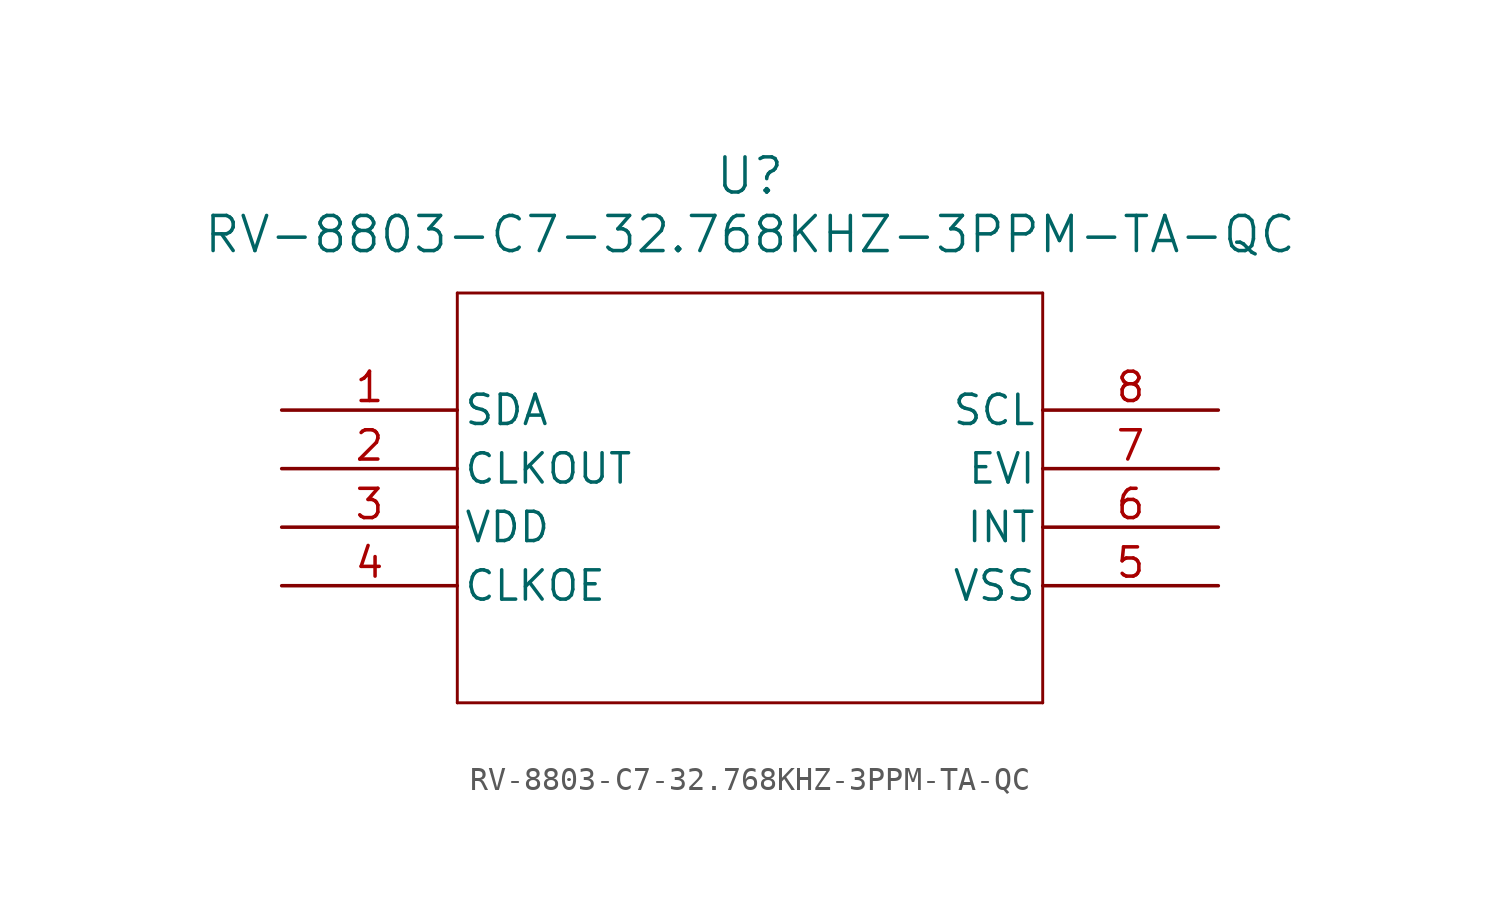
<source format=kicad_sym>
(kicad_symbol_lib
  (version 20211014)
  (generator kicad_symbol_editor)
  (symbol "RV-8803-C7-32.768KHZ-3PPM-TA-QC"
    (pin_names
      (offset 0.254))
    (property "Reference" "U"
      (at 20.32 10.16 0)
      (effects (font (size 1.524 1.524))))
    (property "Value" "RV-8803-C7-32.768KHZ-3PPM-TA-QC"
      (at 20.32 7.62 0)
      (effects (font (size 1.524 1.524))))
    (symbol "RV-8803-C7-32.768KHZ-3PPM-TA-QC_0_1"
      (polyline (pts (xy 7.62 5.08) (xy 7.62 -12.7)) (stroke (width 0.127) (type default) (color 0 0 0 0)) (fill (type none)))
      (polyline (pts (xy 7.62 -12.7) (xy 33.02 -12.7)) (stroke (width 0.127) (type default) (color 0 0 0 0)) (fill (type none)))
      (polyline (pts (xy 33.02 -12.7) (xy 33.02 5.08)) (stroke (width 0.127) (type default) (color 0 0 0 0)) (fill (type none)))
      (polyline (pts (xy 33.02 5.08) (xy 7.62 5.08)) (stroke (width 0.127) (type default) (color 0 0 0 0)) (fill (type none)))
      (pin unspecified line (at 0 0 0) (length 7.62) (name "SDA" (effects (font (size 1.27 1.27)))) (number "1" (effects (font (size 1.27 1.27)))))
      (pin output line (at 0 -2.54 0) (length 7.62) (name "CLKOUT" (effects (font (size 1.27 1.27)))) (number "2" (effects (font (size 1.27 1.27)))))
      (pin power_in line (at 0 -5.08 0) (length 7.62) (name "VDD" (effects (font (size 1.27 1.27)))) (number "3" (effects (font (size 1.27 1.27)))))
      (pin unspecified line (at 0 -7.62 0) (length 7.62) (name "CLKOE" (effects (font (size 1.27 1.27)))) (number "4" (effects (font (size 1.27 1.27)))))
      (pin power_out line (at 40.64 -7.62 180) (length 7.62) (name "VSS" (effects (font (size 1.27 1.27)))) (number "5" (effects (font (size 1.27 1.27)))))
      (pin input line (at 40.64 -5.08 180) (length 7.62) (name "INT" (effects (font (size 1.27 1.27)))) (number "6" (effects (font (size 1.27 1.27)))))
      (pin unspecified line (at 40.64 -2.54 180) (length 7.62) (name "EVI" (effects (font (size 1.27 1.27)))) (number "7" (effects (font (size 1.27 1.27)))))
      (pin unspecified line (at 40.64 0 180) (length 7.62) (name "SCL" (effects (font (size 1.27 1.27)))) (number "8" (effects (font (size 1.27 1.27))))))))
</source>
